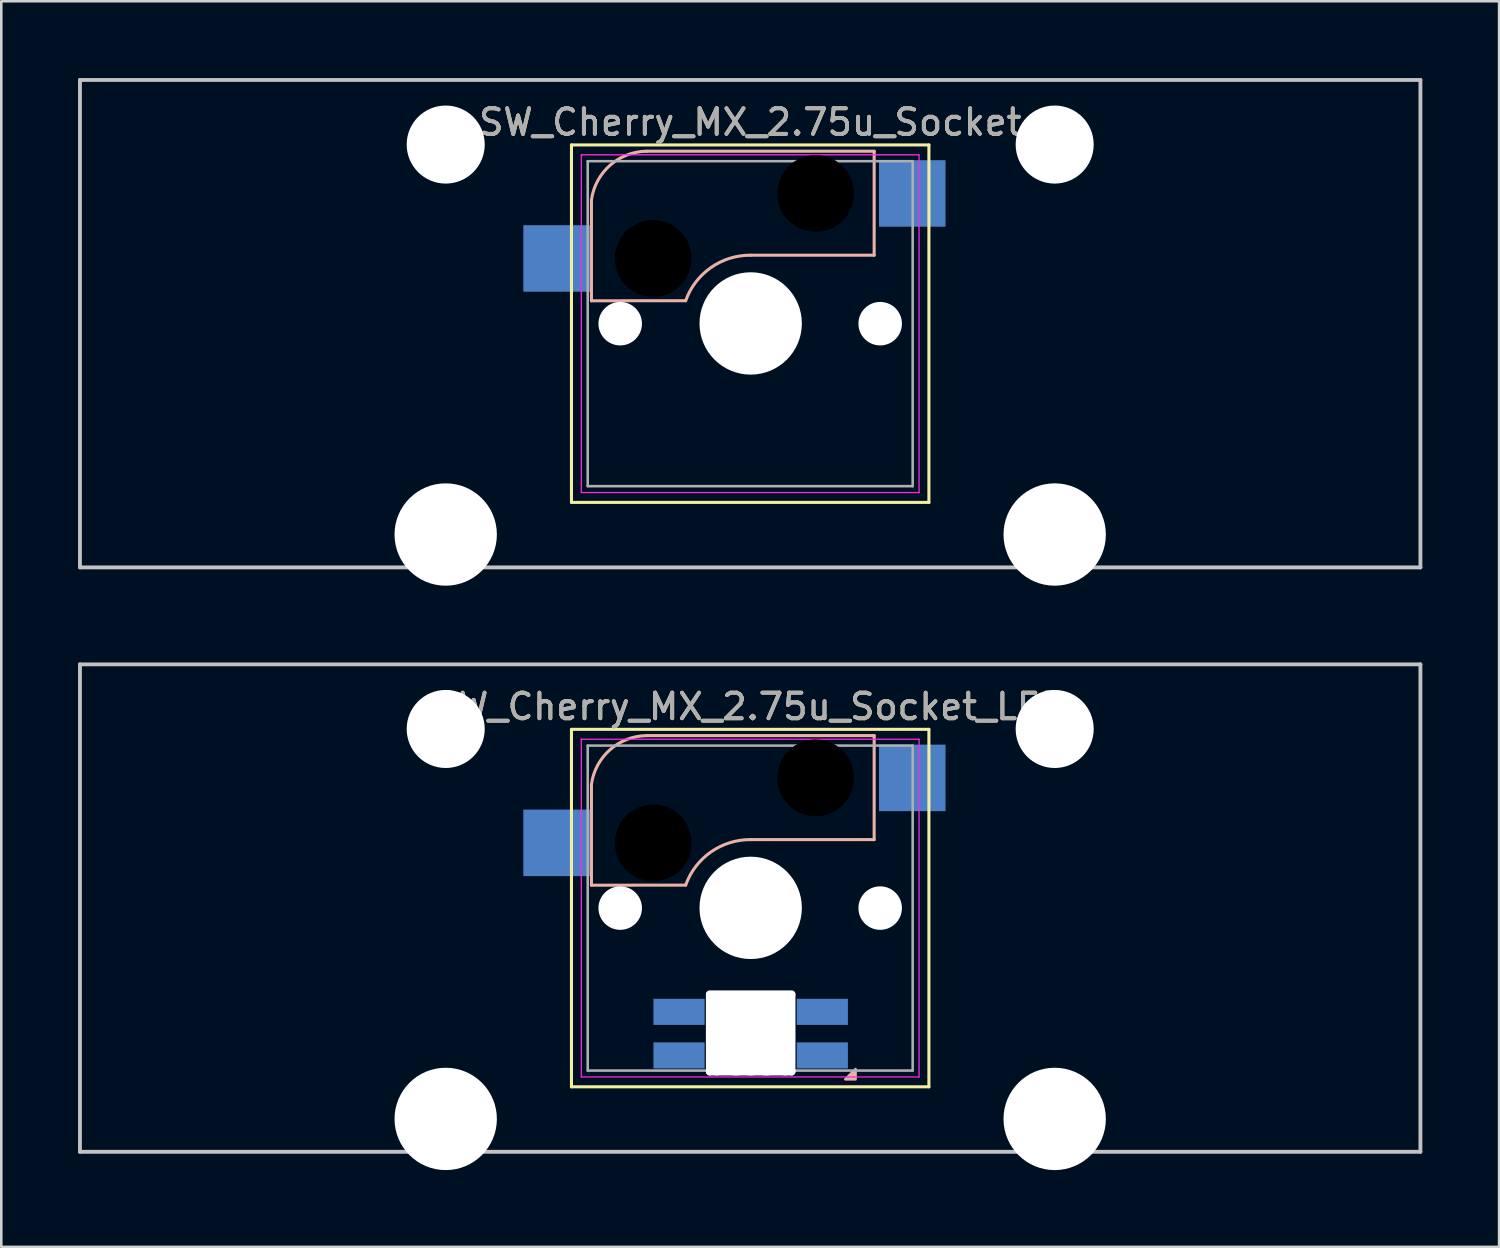
<source format=kicad_pcb>
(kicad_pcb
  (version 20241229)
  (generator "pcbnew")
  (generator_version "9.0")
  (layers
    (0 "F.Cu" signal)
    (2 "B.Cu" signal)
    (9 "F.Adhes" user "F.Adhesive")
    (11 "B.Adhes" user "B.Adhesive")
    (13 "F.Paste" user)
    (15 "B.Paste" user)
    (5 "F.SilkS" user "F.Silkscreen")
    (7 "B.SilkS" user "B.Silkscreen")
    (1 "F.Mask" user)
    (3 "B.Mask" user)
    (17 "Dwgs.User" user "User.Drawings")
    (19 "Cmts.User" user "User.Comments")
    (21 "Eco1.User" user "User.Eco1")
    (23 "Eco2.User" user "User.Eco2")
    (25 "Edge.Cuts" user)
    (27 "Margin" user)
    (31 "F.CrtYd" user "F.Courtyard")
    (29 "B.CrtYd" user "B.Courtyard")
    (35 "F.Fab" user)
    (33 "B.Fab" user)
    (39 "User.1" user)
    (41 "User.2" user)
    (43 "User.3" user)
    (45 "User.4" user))
  (footprint "SW_Cherry_MX_2.75u_Socket_LED"
    (layer "F.Cu")
    (at 28.809 27.36)
    (property "Reference" "SW_Cherry_MX_2.75u_Socket_LED" (at -2.54 -2.794 0) (layer "F.SilkS") (effects (font (size 1 1) (thickness 0.15))))
    (attr through_hole)
    (fp_line (start -9.525 -1.905) (end 4.445 -1.905) (stroke (width 0.12) (type solid)) (layer "F.SilkS"))
    (fp_line (start -9.525 12.065) (end -9.525 -1.905) (stroke (width 0.12) (type solid)) (layer "F.SilkS"))
    (fp_line (start 4.445 -1.905) (end 4.445 12.065) (stroke (width 0.12) (type solid)) (layer "F.SilkS"))
    (fp_line (start 4.445 12.065) (end -9.525 12.065) (stroke (width 0.12) (type solid)) (layer "F.SilkS"))
    (fp_line (start -8.744 4.186) (end -8.744 0.245) (stroke (width 0.12) (type solid)) (layer "B.SilkS"))
    (fp_line (start -8.744 4.186) (end -5.061 4.182) (stroke (width 0.12) (type solid)) (layer "B.SilkS"))
    (fp_line (start -2.521 2.404) (end 2.305 2.404) (stroke (width 0.12) (type solid)) (layer "B.SilkS"))
    (fp_line (start 2.305 -1.66) (end -6.585 -1.66) (stroke (width 0.12) (type solid)) (layer "B.SilkS"))
    (fp_line (start 2.305 2.404) (end 2.305 -1.66) (stroke (width 0.12) (type solid)) (layer "B.SilkS"))
    (fp_arc (start -8.74408 0.244744) (mid -8.018786 -1.10919) (end -6.58508 -1.660256) (stroke (width 0.12) (type solid)) (layer "B.SilkS"))
    (fp_arc (start -5.06108 4.181744) (mid -4.074771 2.887471) (end -2.52108 2.403744) (stroke (width 0.12) (type solid)) (layer "B.SilkS"))
    (fp_poly (pts (xy 1.579 11.371) (xy 1.579 11.771) (xy 1.179 11.771)) (stroke (width 0.1) (type solid)) (fill yes) (layer "B.SilkS"))
    (fp_line (start -28.734 -4.445) (end 23.654 -4.445) (stroke (width 0.15) (type solid)) (layer "Dwgs.User"))
    (fp_line (start -28.734 14.605) (end -28.734 -4.445) (stroke (width 0.15) (type solid)) (layer "Dwgs.User"))
    (fp_line (start 23.654 -4.445) (end 23.654 14.605) (stroke (width 0.15) (type solid)) (layer "Dwgs.User"))
    (fp_line (start 23.654 14.605) (end -28.734 14.605) (stroke (width 0.15) (type solid)) (layer "Dwgs.User"))
    (fp_line (start -9.14 -1.52) (end 4.06 -1.52) (stroke (width 0.05) (type solid)) (layer "F.CrtYd"))
    (fp_line (start -9.14 11.68) (end -9.14 -1.52) (stroke (width 0.05) (type solid)) (layer "F.CrtYd"))
    (fp_line (start 4.06 -1.52) (end 4.06 11.68) (stroke (width 0.05) (type solid)) (layer "F.CrtYd"))
    (fp_line (start 4.06 11.68) (end -9.14 11.68) (stroke (width 0.05) (type solid)) (layer "F.CrtYd"))
    (fp_line (start -8.89 -1.27) (end 3.81 -1.27) (stroke (width 0.1) (type solid)) (layer "F.Fab"))
    (fp_line (start -8.89 11.43) (end -8.89 -1.27) (stroke (width 0.1) (type solid)) (layer "F.Fab"))
    (fp_line (start 3.81 -1.27) (end 3.81 11.43) (stroke (width 0.1) (type solid)) (layer "F.Fab"))
    (fp_line (start 3.81 11.43) (end -8.89 11.43) (stroke (width 0.1) (type solid)) (layer "F.Fab"))
    (fp_text user "${REFERENCE}" (at -2.54 -2.794 0) (layer "F.Fab") (effects (font (size 1 1) (thickness 0.15))))
    (pad "" np_thru_hole circle (at -14.44 -1.92) (size 3.05 3.05) (drill 3.05) (layers "*.Cu" "*.Mask"))
    (pad "" np_thru_hole circle (at -14.44 13.32) (size 4 4) (drill 4) (layers "*.Cu" "*.Mask"))
    (pad "" np_thru_hole circle (at -7.62 5.08) (size 1.7 1.7) (drill 1.7) (layers "*.Cu" "*.Mask"))
    (pad "" np_thru_hole circle (at -6.331 2.531 180) (size 3 3) (drill 3) (layers "*.Mask"))
    (pad "" np_thru_hole oval (at -4.121 9.971 180) (size 0.3 3.3) (drill oval 0.3 3.3) (layers "*.Cu" "*.Mask"))
    (pad "" np_thru_hole oval (at -3.846 9.971 180) (size 0.5 3.3) (drill oval 0.5 3.3) (layers "*.Cu" "*.Mask"))
    (pad "" np_thru_hole oval (at -3.096 9.971 180) (size 1.7 3.3) (drill oval 1.7 3.3) (layers "*.Cu" "*.Mask"))
    (pad "" np_thru_hole circle (at -2.521 5.071 90) (size 4 4) (drill 4) (layers "*.Cu" "*.Mask"))
    (pad "" np_thru_hole oval (at -2.521 8.446 90) (size 0.3 3.5) (drill oval 0.3 3.5) (layers "*.Cu" "*.Mask"))
    (pad "" np_thru_hole oval (at -2.521 9.971 180) (size 1.7 3.3) (drill oval 1.7 3.3) (layers "*.Cu" "*.Mask"))
    (pad "" np_thru_hole oval (at -2.521 11.471 90) (size 0.3 3.5) (drill oval 0.3 3.5) (layers "*.Cu" "*.Mask"))
    (pad "" np_thru_hole oval (at -1.921 9.971 180) (size 1.65 3.3) (drill oval 1.65 3.3) (layers "*.Cu" "*.Mask"))
    (pad "" np_thru_hole oval (at -1.171 9.971) (size 0.5 3.3) (drill oval 0.5 3.3) (layers "*.Cu" "*.Mask"))
    (pad "" np_thru_hole oval (at -0.921 9.971 180) (size 0.3 3.3) (drill oval 0.3 3.3) (layers "*.Cu" "*.Mask"))
    (pad "" np_thru_hole circle (at 0.019 -0.009 180) (size 3 3) (drill 3) (layers "*.Mask"))
    (pad "" np_thru_hole circle (at 2.54 5.08) (size 1.7 1.7) (drill 1.7) (layers "*.Cu" "*.Mask"))
    (pad "" np_thru_hole circle (at 9.36 -1.92) (size 3.05 3.05) (drill 3.05) (layers "*.Cu" "*.Mask"))
    (pad "" np_thru_hole circle (at 9.36 13.32) (size 4 4) (drill 4) (layers "*.Cu" "*.Mask"))
    (pad "1" smd rect (at 3.794 -0.009 180) (size 2.6 2.6) (layers "B.Cu" "B.Mask" "B.Paste"))
    (pad "2" smd rect (at -10.106 2.531 180) (size 2.6 2.6) (layers "B.Cu" "B.Mask" "B.Paste"))
    (pad "3" smd rect (at -5.321 9.135 180) (size 2 1.02) (layers "B.Cu" "B.Mask" "B.Paste"))
    (pad "4" smd rect (at -5.321 10.838 180) (size 2 1.02) (layers "B.Cu" "B.Mask" "B.Paste"))
    (pad "5" smd rect (at 0.279 10.838 180) (size 2 1.02) (layers "B.Cu" "B.Mask" "B.Paste"))
    (pad "6" smd rect (at 0.279 9.135 180) (size 2 1.02) (layers "B.Cu" "B.Mask" "B.Paste")))
  (footprint "SW_Cherry_MX_2.75u_Socket"
    (layer "F.Cu")
    (at 28.809 4.52)
    (property "Reference" "SW_Cherry_MX_2.75u_Socket" (at -2.54 -2.794 0) (layer "F.SilkS") (effects (font (size 1 1) (thickness 0.15))))
    (attr through_hole)
    (fp_line (start -9.525 -1.905) (end 4.445 -1.905) (stroke (width 0.12) (type solid)) (layer "F.SilkS"))
    (fp_line (start -9.525 12.065) (end -9.525 -1.905) (stroke (width 0.12) (type solid)) (layer "F.SilkS"))
    (fp_line (start 4.445 -1.905) (end 4.445 12.065) (stroke (width 0.12) (type solid)) (layer "F.SilkS"))
    (fp_line (start 4.445 12.065) (end -9.525 12.065) (stroke (width 0.12) (type solid)) (layer "F.SilkS"))
    (fp_line (start -8.744 4.186) (end -8.744 0.245) (stroke (width 0.12) (type solid)) (layer "B.SilkS"))
    (fp_line (start -8.744 4.186) (end -5.061 4.182) (stroke (width 0.12) (type solid)) (layer "B.SilkS"))
    (fp_line (start -2.521 2.404) (end 2.305 2.404) (stroke (width 0.12) (type solid)) (layer "B.SilkS"))
    (fp_line (start 2.305 -1.66) (end -6.585 -1.66) (stroke (width 0.12) (type solid)) (layer "B.SilkS"))
    (fp_line (start 2.305 2.404) (end 2.305 -1.66) (stroke (width 0.12) (type solid)) (layer "B.SilkS"))
    (fp_arc (start -8.74408 0.244744) (mid -8.018786 -1.10919) (end -6.58508 -1.660256) (stroke (width 0.12) (type solid)) (layer "B.SilkS"))
    (fp_arc (start -5.06108 4.181744) (mid -4.074771 2.887471) (end -2.52108 2.403744) (stroke (width 0.12) (type solid)) (layer "B.SilkS"))
    (fp_line (start -28.734 -4.445) (end 23.654 -4.445) (stroke (width 0.15) (type solid)) (layer "Dwgs.User"))
    (fp_line (start -28.734 14.605) (end -28.734 -4.445) (stroke (width 0.15) (type solid)) (layer "Dwgs.User"))
    (fp_line (start 23.654 -4.445) (end 23.654 14.605) (stroke (width 0.15) (type solid)) (layer "Dwgs.User"))
    (fp_line (start 23.654 14.605) (end -28.734 14.605) (stroke (width 0.15) (type solid)) (layer "Dwgs.User"))
    (fp_line (start -9.14 -1.52) (end 4.06 -1.52) (stroke (width 0.05) (type solid)) (layer "F.CrtYd"))
    (fp_line (start -9.14 11.68) (end -9.14 -1.52) (stroke (width 0.05) (type solid)) (layer "F.CrtYd"))
    (fp_line (start 4.06 -1.52) (end 4.06 11.68) (stroke (width 0.05) (type solid)) (layer "F.CrtYd"))
    (fp_line (start 4.06 11.68) (end -9.14 11.68) (stroke (width 0.05) (type solid)) (layer "F.CrtYd"))
    (fp_line (start -8.89 -1.27) (end 3.81 -1.27) (stroke (width 0.1) (type solid)) (layer "F.Fab"))
    (fp_line (start -8.89 11.43) (end -8.89 -1.27) (stroke (width 0.1) (type solid)) (layer "F.Fab"))
    (fp_line (start 3.81 -1.27) (end 3.81 11.43) (stroke (width 0.1) (type solid)) (layer "F.Fab"))
    (fp_line (start 3.81 11.43) (end -8.89 11.43) (stroke (width 0.1) (type solid)) (layer "F.Fab"))
    (fp_text user "${REFERENCE}" (at -2.54 -2.794 0) (layer "F.Fab") (effects (font (size 1 1) (thickness 0.15))))
    (pad "" np_thru_hole circle (at -14.44 -1.92) (size 3.05 3.05) (drill 3.05) (layers "*.Cu" "*.Mask"))
    (pad "" np_thru_hole circle (at -14.44 13.32) (size 4 4) (drill 4) (layers "*.Cu" "*.Mask"))
    (pad "" np_thru_hole circle (at -7.62 5.08) (size 1.7 1.7) (drill 1.7) (layers "*.Cu" "*.Mask"))
    (pad "" np_thru_hole circle (at -6.331 2.531 180) (size 3 3) (drill 3) (layers "*.Mask"))
    (pad "" np_thru_hole circle (at -2.521 5.071 90) (size 4 4) (drill 4) (layers "*.Cu" "*.Mask"))
    (pad "" np_thru_hole circle (at 0.019 -0.009 180) (size 3 3) (drill 3) (layers "*.Mask"))
    (pad "" np_thru_hole circle (at 2.54 5.08) (size 1.7 1.7) (drill 1.7) (layers "*.Cu" "*.Mask"))
    (pad "" np_thru_hole circle (at 9.36 -1.92) (size 3.05 3.05) (drill 3.05) (layers "*.Cu" "*.Mask"))
    (pad "" np_thru_hole circle (at 9.36 13.32) (size 4 4) (drill 4) (layers "*.Cu" "*.Mask"))
    (pad "1" smd rect (at 3.794 -0.009 180) (size 2.6 2.6) (layers "B.Cu" "B.Mask" "B.Paste"))
    (pad "2" smd rect (at -10.106 2.531 180) (size 2.6 2.6) (layers "B.Cu" "B.Mask" "B.Paste")))
  (gr_rect
    (start -3 -3)
    (end 55.538 45.68)
    (stroke (width 0.1) (type default))
    (fill no)
    (layer "Edge.Cuts")))
</source>
